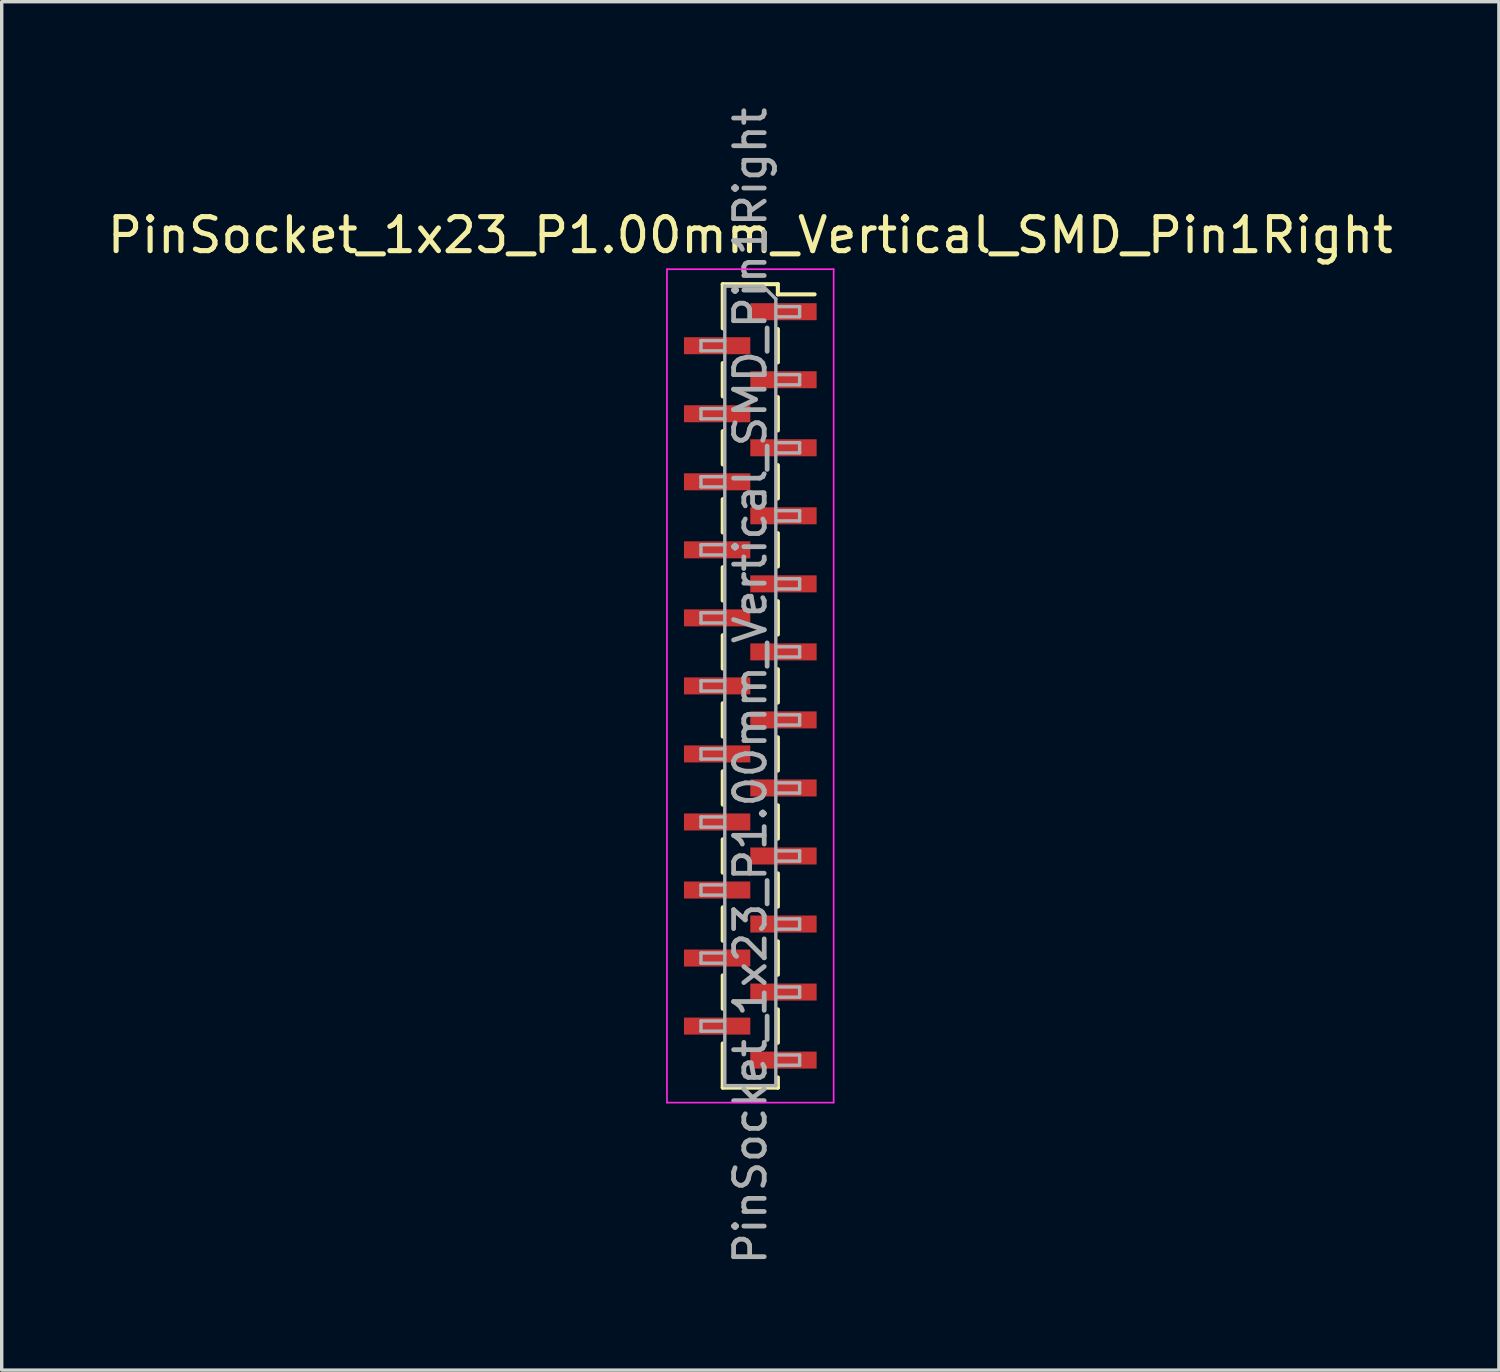
<source format=kicad_pcb>
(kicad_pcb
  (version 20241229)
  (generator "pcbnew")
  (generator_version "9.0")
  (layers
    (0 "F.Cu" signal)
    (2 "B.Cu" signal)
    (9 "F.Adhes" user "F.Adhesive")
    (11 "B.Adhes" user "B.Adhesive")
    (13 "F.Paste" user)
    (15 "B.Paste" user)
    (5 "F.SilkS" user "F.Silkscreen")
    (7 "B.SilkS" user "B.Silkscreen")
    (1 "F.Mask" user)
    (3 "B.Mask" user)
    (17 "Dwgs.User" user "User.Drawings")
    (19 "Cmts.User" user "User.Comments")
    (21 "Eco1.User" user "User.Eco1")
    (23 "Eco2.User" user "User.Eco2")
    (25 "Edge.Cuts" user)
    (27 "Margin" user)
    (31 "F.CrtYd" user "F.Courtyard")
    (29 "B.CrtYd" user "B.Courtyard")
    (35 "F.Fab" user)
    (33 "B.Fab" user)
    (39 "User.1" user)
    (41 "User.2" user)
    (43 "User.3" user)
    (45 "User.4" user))
  (footprint "PinSocket_1x23_P1.00mm_Vertical_SMD_Pin1Right"
    (layer "F.Cu")
    (at 19.006 17.113)
    (property "Reference" "PinSocket_1x23_P1.00mm_Vertical_SMD_Pin1Right" (at 0 -13.25 0) (layer "F.SilkS") (effects (font (size 1 1) (thickness 0.15))))
    (attr smd)
    (fp_line (start -0.81 -11.81) (end -0.81 -10.51) (stroke (width 0.12) (type solid)) (layer "F.SilkS"))
    (fp_line (start -0.81 -11.81) (end 0.81 -11.81) (stroke (width 0.12) (type solid)) (layer "F.SilkS"))
    (fp_line (start -0.81 -9.49) (end -0.81 -8.51) (stroke (width 0.12) (type solid)) (layer "F.SilkS"))
    (fp_line (start -0.81 -7.49) (end -0.81 -6.51) (stroke (width 0.12) (type solid)) (layer "F.SilkS"))
    (fp_line (start -0.81 -5.49) (end -0.81 -4.51) (stroke (width 0.12) (type solid)) (layer "F.SilkS"))
    (fp_line (start -0.81 -3.49) (end -0.81 -2.51) (stroke (width 0.12) (type solid)) (layer "F.SilkS"))
    (fp_line (start -0.81 -1.49) (end -0.81 -0.51) (stroke (width 0.12) (type solid)) (layer "F.SilkS"))
    (fp_line (start -0.81 0.51) (end -0.81 1.49) (stroke (width 0.12) (type solid)) (layer "F.SilkS"))
    (fp_line (start -0.81 2.51) (end -0.81 3.49) (stroke (width 0.12) (type solid)) (layer "F.SilkS"))
    (fp_line (start -0.81 4.51) (end -0.81 5.49) (stroke (width 0.12) (type solid)) (layer "F.SilkS"))
    (fp_line (start -0.81 6.51) (end -0.81 7.49) (stroke (width 0.12) (type solid)) (layer "F.SilkS"))
    (fp_line (start -0.81 8.51) (end -0.81 9.49) (stroke (width 0.12) (type solid)) (layer "F.SilkS"))
    (fp_line (start -0.81 10.51) (end -0.81 11.81) (stroke (width 0.12) (type solid)) (layer "F.SilkS"))
    (fp_line (start -0.81 11.81) (end 0.81 11.81) (stroke (width 0.12) (type solid)) (layer "F.SilkS"))
    (fp_line (start 0.81 -11.81) (end 0.81 -11.51) (stroke (width 0.12) (type solid)) (layer "F.SilkS"))
    (fp_line (start 0.81 -11.51) (end 1.89 -11.51) (stroke (width 0.12) (type solid)) (layer "F.SilkS"))
    (fp_line (start 0.81 -10.49) (end 0.81 -9.51) (stroke (width 0.12) (type solid)) (layer "F.SilkS"))
    (fp_line (start 0.81 -8.49) (end 0.81 -7.51) (stroke (width 0.12) (type solid)) (layer "F.SilkS"))
    (fp_line (start 0.81 -6.49) (end 0.81 -5.51) (stroke (width 0.12) (type solid)) (layer "F.SilkS"))
    (fp_line (start 0.81 -4.49) (end 0.81 -3.51) (stroke (width 0.12) (type solid)) (layer "F.SilkS"))
    (fp_line (start 0.81 -2.49) (end 0.81 -1.51) (stroke (width 0.12) (type solid)) (layer "F.SilkS"))
    (fp_line (start 0.81 -0.49) (end 0.81 0.49) (stroke (width 0.12) (type solid)) (layer "F.SilkS"))
    (fp_line (start 0.81 1.51) (end 0.81 2.49) (stroke (width 0.12) (type solid)) (layer "F.SilkS"))
    (fp_line (start 0.81 3.51) (end 0.81 4.49) (stroke (width 0.12) (type solid)) (layer "F.SilkS"))
    (fp_line (start 0.81 5.51) (end 0.81 6.49) (stroke (width 0.12) (type solid)) (layer "F.SilkS"))
    (fp_line (start 0.81 7.51) (end 0.81 8.49) (stroke (width 0.12) (type solid)) (layer "F.SilkS"))
    (fp_line (start 0.81 9.51) (end 0.81 10.49) (stroke (width 0.12) (type solid)) (layer "F.SilkS"))
    (fp_line (start 0.81 11.51) (end 0.81 11.81) (stroke (width 0.12) (type solid)) (layer "F.SilkS"))
    (fp_line (start -2.45 -12.25) (end 2.45 -12.25) (stroke (width 0.05) (type solid)) (layer "F.CrtYd"))
    (fp_line (start -2.45 12.25) (end -2.45 -12.25) (stroke (width 0.05) (type solid)) (layer "F.CrtYd"))
    (fp_line (start 2.45 -12.25) (end 2.45 12.25) (stroke (width 0.05) (type solid)) (layer "F.CrtYd"))
    (fp_line (start 2.45 12.25) (end -2.45 12.25) (stroke (width 0.05) (type solid)) (layer "F.CrtYd"))
    (fp_line (start -1.45 -10.15) (end -0.75 -10.15) (stroke (width 0.1) (type solid)) (layer "F.Fab"))
    (fp_line (start -1.45 -9.85) (end -1.45 -10.15) (stroke (width 0.1) (type solid)) (layer "F.Fab"))
    (fp_line (start -1.45 -8.15) (end -0.75 -8.15) (stroke (width 0.1) (type solid)) (layer "F.Fab"))
    (fp_line (start -1.45 -7.85) (end -1.45 -8.15) (stroke (width 0.1) (type solid)) (layer "F.Fab"))
    (fp_line (start -1.45 -6.15) (end -0.75 -6.15) (stroke (width 0.1) (type solid)) (layer "F.Fab"))
    (fp_line (start -1.45 -5.85) (end -1.45 -6.15) (stroke (width 0.1) (type solid)) (layer "F.Fab"))
    (fp_line (start -1.45 -4.15) (end -0.75 -4.15) (stroke (width 0.1) (type solid)) (layer "F.Fab"))
    (fp_line (start -1.45 -3.85) (end -1.45 -4.15) (stroke (width 0.1) (type solid)) (layer "F.Fab"))
    (fp_line (start -1.45 -2.15) (end -0.75 -2.15) (stroke (width 0.1) (type solid)) (layer "F.Fab"))
    (fp_line (start -1.45 -1.85) (end -1.45 -2.15) (stroke (width 0.1) (type solid)) (layer "F.Fab"))
    (fp_line (start -1.45 -0.15) (end -0.75 -0.15) (stroke (width 0.1) (type solid)) (layer "F.Fab"))
    (fp_line (start -1.45 0.15) (end -1.45 -0.15) (stroke (width 0.1) (type solid)) (layer "F.Fab"))
    (fp_line (start -1.45 1.85) (end -0.75 1.85) (stroke (width 0.1) (type solid)) (layer "F.Fab"))
    (fp_line (start -1.45 2.15) (end -1.45 1.85) (stroke (width 0.1) (type solid)) (layer "F.Fab"))
    (fp_line (start -1.45 3.85) (end -0.75 3.85) (stroke (width 0.1) (type solid)) (layer "F.Fab"))
    (fp_line (start -1.45 4.15) (end -1.45 3.85) (stroke (width 0.1) (type solid)) (layer "F.Fab"))
    (fp_line (start -1.45 5.85) (end -0.75 5.85) (stroke (width 0.1) (type solid)) (layer "F.Fab"))
    (fp_line (start -1.45 6.15) (end -1.45 5.85) (stroke (width 0.1) (type solid)) (layer "F.Fab"))
    (fp_line (start -1.45 7.85) (end -0.75 7.85) (stroke (width 0.1) (type solid)) (layer "F.Fab"))
    (fp_line (start -1.45 8.15) (end -1.45 7.85) (stroke (width 0.1) (type solid)) (layer "F.Fab"))
    (fp_line (start -1.45 9.85) (end -0.75 9.85) (stroke (width 0.1) (type solid)) (layer "F.Fab"))
    (fp_line (start -1.45 10.15) (end -1.45 9.85) (stroke (width 0.1) (type solid)) (layer "F.Fab"))
    (fp_line (start -0.75 -11.75) (end 0.375 -11.75) (stroke (width 0.1) (type solid)) (layer "F.Fab"))
    (fp_line (start -0.75 -9.85) (end -1.45 -9.85) (stroke (width 0.1) (type solid)) (layer "F.Fab"))
    (fp_line (start -0.75 -7.85) (end -1.45 -7.85) (stroke (width 0.1) (type solid)) (layer "F.Fab"))
    (fp_line (start -0.75 -5.85) (end -1.45 -5.85) (stroke (width 0.1) (type solid)) (layer "F.Fab"))
    (fp_line (start -0.75 -3.85) (end -1.45 -3.85) (stroke (width 0.1) (type solid)) (layer "F.Fab"))
    (fp_line (start -0.75 -1.85) (end -1.45 -1.85) (stroke (width 0.1) (type solid)) (layer "F.Fab"))
    (fp_line (start -0.75 0.15) (end -1.45 0.15) (stroke (width 0.1) (type solid)) (layer "F.Fab"))
    (fp_line (start -0.75 2.15) (end -1.45 2.15) (stroke (width 0.1) (type solid)) (layer "F.Fab"))
    (fp_line (start -0.75 4.15) (end -1.45 4.15) (stroke (width 0.1) (type solid)) (layer "F.Fab"))
    (fp_line (start -0.75 6.15) (end -1.45 6.15) (stroke (width 0.1) (type solid)) (layer "F.Fab"))
    (fp_line (start -0.75 8.15) (end -1.45 8.15) (stroke (width 0.1) (type solid)) (layer "F.Fab"))
    (fp_line (start -0.75 10.15) (end -1.45 10.15) (stroke (width 0.1) (type solid)) (layer "F.Fab"))
    (fp_line (start -0.75 11.75) (end -0.75 -11.75) (stroke (width 0.1) (type solid)) (layer "F.Fab"))
    (fp_line (start 0.375 -11.75) (end 0.75 -11.375) (stroke (width 0.1) (type solid)) (layer "F.Fab"))
    (fp_line (start 0.75 -11.375) (end 0.75 11.75) (stroke (width 0.1) (type solid)) (layer "F.Fab"))
    (fp_line (start 0.75 -11.15) (end 1.45 -11.15) (stroke (width 0.1) (type solid)) (layer "F.Fab"))
    (fp_line (start 0.75 -9.15) (end 1.45 -9.15) (stroke (width 0.1) (type solid)) (layer "F.Fab"))
    (fp_line (start 0.75 -7.15) (end 1.45 -7.15) (stroke (width 0.1) (type solid)) (layer "F.Fab"))
    (fp_line (start 0.75 -5.15) (end 1.45 -5.15) (stroke (width 0.1) (type solid)) (layer "F.Fab"))
    (fp_line (start 0.75 -3.15) (end 1.45 -3.15) (stroke (width 0.1) (type solid)) (layer "F.Fab"))
    (fp_line (start 0.75 -1.15) (end 1.45 -1.15) (stroke (width 0.1) (type solid)) (layer "F.Fab"))
    (fp_line (start 0.75 0.85) (end 1.45 0.85) (stroke (width 0.1) (type solid)) (layer "F.Fab"))
    (fp_line (start 0.75 2.85) (end 1.45 2.85) (stroke (width 0.1) (type solid)) (layer "F.Fab"))
    (fp_line (start 0.75 4.85) (end 1.45 4.85) (stroke (width 0.1) (type solid)) (layer "F.Fab"))
    (fp_line (start 0.75 6.85) (end 1.45 6.85) (stroke (width 0.1) (type solid)) (layer "F.Fab"))
    (fp_line (start 0.75 8.85) (end 1.45 8.85) (stroke (width 0.1) (type solid)) (layer "F.Fab"))
    (fp_line (start 0.75 10.85) (end 1.45 10.85) (stroke (width 0.1) (type solid)) (layer "F.Fab"))
    (fp_line (start 0.75 11.75) (end -0.75 11.75) (stroke (width 0.1) (type solid)) (layer "F.Fab"))
    (fp_line (start 1.45 -11.15) (end 1.45 -10.85) (stroke (width 0.1) (type solid)) (layer "F.Fab"))
    (fp_line (start 1.45 -10.85) (end 0.75 -10.85) (stroke (width 0.1) (type solid)) (layer "F.Fab"))
    (fp_line (start 1.45 -9.15) (end 1.45 -8.85) (stroke (width 0.1) (type solid)) (layer "F.Fab"))
    (fp_line (start 1.45 -8.85) (end 0.75 -8.85) (stroke (width 0.1) (type solid)) (layer "F.Fab"))
    (fp_line (start 1.45 -7.15) (end 1.45 -6.85) (stroke (width 0.1) (type solid)) (layer "F.Fab"))
    (fp_line (start 1.45 -6.85) (end 0.75 -6.85) (stroke (width 0.1) (type solid)) (layer "F.Fab"))
    (fp_line (start 1.45 -5.15) (end 1.45 -4.85) (stroke (width 0.1) (type solid)) (layer "F.Fab"))
    (fp_line (start 1.45 -4.85) (end 0.75 -4.85) (stroke (width 0.1) (type solid)) (layer "F.Fab"))
    (fp_line (start 1.45 -3.15) (end 1.45 -2.85) (stroke (width 0.1) (type solid)) (layer "F.Fab"))
    (fp_line (start 1.45 -2.85) (end 0.75 -2.85) (stroke (width 0.1) (type solid)) (layer "F.Fab"))
    (fp_line (start 1.45 -1.15) (end 1.45 -0.85) (stroke (width 0.1) (type solid)) (layer "F.Fab"))
    (fp_line (start 1.45 -0.85) (end 0.75 -0.85) (stroke (width 0.1) (type solid)) (layer "F.Fab"))
    (fp_line (start 1.45 0.85) (end 1.45 1.15) (stroke (width 0.1) (type solid)) (layer "F.Fab"))
    (fp_line (start 1.45 1.15) (end 0.75 1.15) (stroke (width 0.1) (type solid)) (layer "F.Fab"))
    (fp_line (start 1.45 2.85) (end 1.45 3.15) (stroke (width 0.1) (type solid)) (layer "F.Fab"))
    (fp_line (start 1.45 3.15) (end 0.75 3.15) (stroke (width 0.1) (type solid)) (layer "F.Fab"))
    (fp_line (start 1.45 4.85) (end 1.45 5.15) (stroke (width 0.1) (type solid)) (layer "F.Fab"))
    (fp_line (start 1.45 5.15) (end 0.75 5.15) (stroke (width 0.1) (type solid)) (layer "F.Fab"))
    (fp_line (start 1.45 6.85) (end 1.45 7.15) (stroke (width 0.1) (type solid)) (layer "F.Fab"))
    (fp_line (start 1.45 7.15) (end 0.75 7.15) (stroke (width 0.1) (type solid)) (layer "F.Fab"))
    (fp_line (start 1.45 8.85) (end 1.45 9.15) (stroke (width 0.1) (type solid)) (layer "F.Fab"))
    (fp_line (start 1.45 9.15) (end 0.75 9.15) (stroke (width 0.1) (type solid)) (layer "F.Fab"))
    (fp_line (start 1.45 10.85) (end 1.45 11.15) (stroke (width 0.1) (type solid)) (layer "F.Fab"))
    (fp_line (start 1.45 11.15) (end 0.75 11.15) (stroke (width 0.1) (type solid)) (layer "F.Fab"))
    (fp_text user "${REFERENCE}" (at 0 0 90) (layer "F.Fab") (effects (font (size 0.9 0.9) (thickness 0.14))))
    (pad "1" smd rect (at 0.975 -11) (size 1.95 0.5) (layers "F.Cu" "F.Mask" "F.Paste"))
    (pad "2" smd rect (at -0.975 -10) (size 1.95 0.5) (layers "F.Cu" "F.Mask" "F.Paste"))
    (pad "3" smd rect (at 0.975 -9) (size 1.95 0.5) (layers "F.Cu" "F.Mask" "F.Paste"))
    (pad "4" smd rect (at -0.975 -8) (size 1.95 0.5) (layers "F.Cu" "F.Mask" "F.Paste"))
    (pad "5" smd rect (at 0.975 -7) (size 1.95 0.5) (layers "F.Cu" "F.Mask" "F.Paste"))
    (pad "6" smd rect (at -0.975 -6) (size 1.95 0.5) (layers "F.Cu" "F.Mask" "F.Paste"))
    (pad "7" smd rect (at 0.975 -5) (size 1.95 0.5) (layers "F.Cu" "F.Mask" "F.Paste"))
    (pad "8" smd rect (at -0.975 -4) (size 1.95 0.5) (layers "F.Cu" "F.Mask" "F.Paste"))
    (pad "9" smd rect (at 0.975 -3) (size 1.95 0.5) (layers "F.Cu" "F.Mask" "F.Paste"))
    (pad "10" smd rect (at -0.975 -2) (size 1.95 0.5) (layers "F.Cu" "F.Mask" "F.Paste"))
    (pad "11" smd rect (at 0.975 -1) (size 1.95 0.5) (layers "F.Cu" "F.Mask" "F.Paste"))
    (pad "12" smd rect (at -0.975 0) (size 1.95 0.5) (layers "F.Cu" "F.Mask" "F.Paste"))
    (pad "13" smd rect (at 0.975 1) (size 1.95 0.5) (layers "F.Cu" "F.Mask" "F.Paste"))
    (pad "14" smd rect (at -0.975 2) (size 1.95 0.5) (layers "F.Cu" "F.Mask" "F.Paste"))
    (pad "15" smd rect (at 0.975 3) (size 1.95 0.5) (layers "F.Cu" "F.Mask" "F.Paste"))
    (pad "16" smd rect (at -0.975 4) (size 1.95 0.5) (layers "F.Cu" "F.Mask" "F.Paste"))
    (pad "17" smd rect (at 0.975 5) (size 1.95 0.5) (layers "F.Cu" "F.Mask" "F.Paste"))
    (pad "18" smd rect (at -0.975 6) (size 1.95 0.5) (layers "F.Cu" "F.Mask" "F.Paste"))
    (pad "19" smd rect (at 0.975 7) (size 1.95 0.5) (layers "F.Cu" "F.Mask" "F.Paste"))
    (pad "20" smd rect (at -0.975 8) (size 1.95 0.5) (layers "F.Cu" "F.Mask" "F.Paste"))
    (pad "21" smd rect (at 0.975 9) (size 1.95 0.5) (layers "F.Cu" "F.Mask" "F.Paste"))
    (pad "22" smd rect (at -0.975 10) (size 1.95 0.5) (layers "F.Cu" "F.Mask" "F.Paste"))
    (pad "23" smd rect (at 0.975 11) (size 1.95 0.5) (layers "F.Cu" "F.Mask" "F.Paste")))
  (gr_rect
    (start -3 -3)
    (end 41.012 37.226)
    (stroke (width 0.1) (type default))
    (fill no)
    (layer "Edge.Cuts")))
</source>
